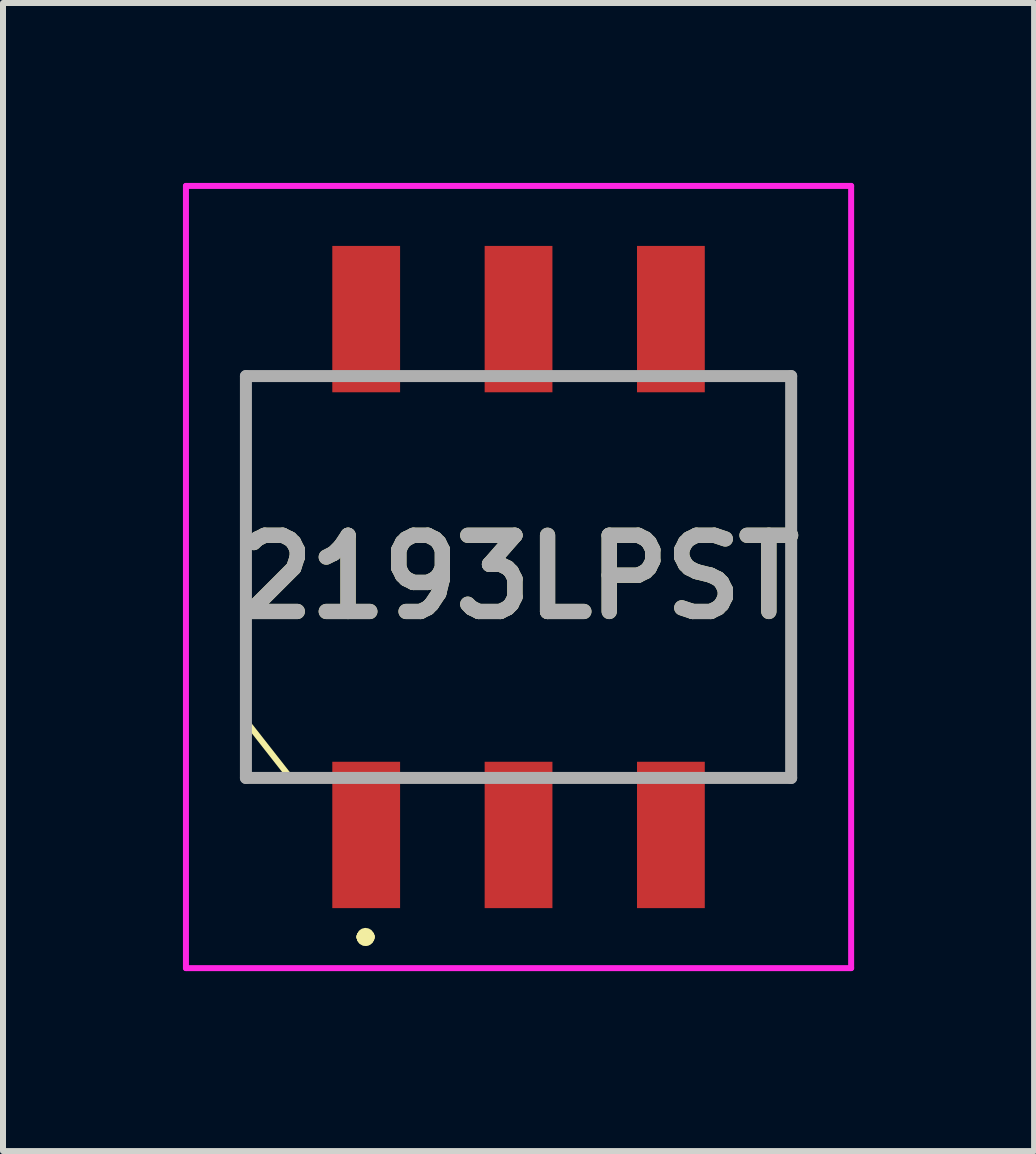
<source format=kicad_pcb>
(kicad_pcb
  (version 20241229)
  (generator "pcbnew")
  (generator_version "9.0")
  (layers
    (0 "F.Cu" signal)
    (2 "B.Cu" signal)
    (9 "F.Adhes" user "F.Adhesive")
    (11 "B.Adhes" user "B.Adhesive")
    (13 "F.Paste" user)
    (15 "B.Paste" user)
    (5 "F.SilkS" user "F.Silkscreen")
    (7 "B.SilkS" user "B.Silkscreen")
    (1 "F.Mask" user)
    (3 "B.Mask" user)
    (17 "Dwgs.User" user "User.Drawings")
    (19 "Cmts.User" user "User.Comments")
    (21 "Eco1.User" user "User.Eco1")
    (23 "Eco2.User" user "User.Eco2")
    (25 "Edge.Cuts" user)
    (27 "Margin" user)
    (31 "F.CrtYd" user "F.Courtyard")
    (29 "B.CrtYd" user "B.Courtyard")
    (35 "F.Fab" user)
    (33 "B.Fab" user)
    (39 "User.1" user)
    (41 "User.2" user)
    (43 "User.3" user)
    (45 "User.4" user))
  (footprint "2193LPST"
    (layer "F.Cu")
    (at 5.595 6.57)
    (property "Reference" "2193LPST" (at 0 0 0) (layer "F.SilkS") (effects (font (size 1.27 1.27) (thickness 0.254))))
    (attr smd)
    (fp_line (start -4.545 -3.35) (end -4.545 -3.35) (stroke (width 0.1) (type solid)) (layer "F.SilkS"))
    (fp_line (start -4.545 -3.35) (end -4.545 -3.35) (stroke (width 0.1) (type solid)) (layer "F.SilkS"))
    (fp_line (start -4.545 -3.35) (end -4.545 3.35) (stroke (width 0.1) (type solid)) (layer "F.SilkS"))
    (fp_line (start -4.545 -3.35) (end -3.4 -3.35) (stroke (width 0.1) (type solid)) (layer "F.SilkS"))
    (fp_line (start -4.545 3.35) (end -4.545 -3.35) (stroke (width 0.1) (type solid)) (layer "F.SilkS"))
    (fp_line (start -4.545 3.35) (end -4.545 3.35) (stroke (width 0.1) (type solid)) (layer "F.SilkS"))
    (fp_line (start -4.545 3.35) (end -4.545 3.35) (stroke (width 0.1) (type solid)) (layer "F.SilkS"))
    (fp_line (start -4.545 3.35) (end -3.4 3.35) (stroke (width 0.1) (type solid)) (layer "F.SilkS"))
    (fp_line (start -3.8 3.35) (end -4.545 2.4) (stroke (width 0.1) (type solid)) (layer "F.SilkS"))
    (fp_line (start -3.4 -3.35) (end -4.545 -3.35) (stroke (width 0.1) (type solid)) (layer "F.SilkS"))
    (fp_line (start -3.4 -3.35) (end -3.4 -3.35) (stroke (width 0.1) (type solid)) (layer "F.SilkS"))
    (fp_line (start -3.4 3.35) (end -4.545 3.35) (stroke (width 0.1) (type solid)) (layer "F.SilkS"))
    (fp_line (start -3.4 3.35) (end -3.4 3.35) (stroke (width 0.1) (type solid)) (layer "F.SilkS"))
    (fp_line (start -2.6 6) (end -2.6 6) (stroke (width 0.2) (type solid)) (layer "F.SilkS"))
    (fp_line (start -2.6 6) (end -2.6 6) (stroke (width 0.2) (type solid)) (layer "F.SilkS"))
    (fp_line (start -2.5 6) (end -2.5 6) (stroke (width 0.2) (type solid)) (layer "F.SilkS"))
    (fp_line (start -1.8 -3.35) (end -1.8 -3.35) (stroke (width 0.1) (type solid)) (layer "F.SilkS"))
    (fp_line (start -1.8 -3.35) (end -0.8 -3.35) (stroke (width 0.1) (type solid)) (layer "F.SilkS"))
    (fp_line (start -1.8 3.35) (end -1.8 3.35) (stroke (width 0.1) (type solid)) (layer "F.SilkS"))
    (fp_line (start -1.8 3.35) (end -0.8 3.35) (stroke (width 0.1) (type solid)) (layer "F.SilkS"))
    (fp_line (start -0.8 -3.35) (end -1.8 -3.35) (stroke (width 0.1) (type solid)) (layer "F.SilkS"))
    (fp_line (start -0.8 -3.35) (end -0.8 -3.35) (stroke (width 0.1) (type solid)) (layer "F.SilkS"))
    (fp_line (start -0.8 3.35) (end -1.8 3.35) (stroke (width 0.1) (type solid)) (layer "F.SilkS"))
    (fp_line (start -0.8 3.35) (end -0.8 3.35) (stroke (width 0.1) (type solid)) (layer "F.SilkS"))
    (fp_line (start 0.8 -3.35) (end 0.8 -3.35) (stroke (width 0.1) (type solid)) (layer "F.SilkS"))
    (fp_line (start 0.8 -3.35) (end 1.8 -3.35) (stroke (width 0.1) (type solid)) (layer "F.SilkS"))
    (fp_line (start 0.8 3.35) (end 0.8 3.35) (stroke (width 0.1) (type solid)) (layer "F.SilkS"))
    (fp_line (start 0.8 3.35) (end 1.8 3.35) (stroke (width 0.1) (type solid)) (layer "F.SilkS"))
    (fp_line (start 1.8 -3.35) (end 0.8 -3.35) (stroke (width 0.1) (type solid)) (layer "F.SilkS"))
    (fp_line (start 1.8 -3.35) (end 1.8 -3.35) (stroke (width 0.1) (type solid)) (layer "F.SilkS"))
    (fp_line (start 1.8 3.35) (end 0.8 3.35) (stroke (width 0.1) (type solid)) (layer "F.SilkS"))
    (fp_line (start 1.8 3.35) (end 1.8 3.35) (stroke (width 0.1) (type solid)) (layer "F.SilkS"))
    (fp_line (start 3.4 -3.35) (end 3.4 -3.35) (stroke (width 0.1) (type solid)) (layer "F.SilkS"))
    (fp_line (start 3.4 -3.35) (end 4.545 -3.35) (stroke (width 0.1) (type solid)) (layer "F.SilkS"))
    (fp_line (start 3.4 3.35) (end 3.4 3.35) (stroke (width 0.1) (type solid)) (layer "F.SilkS"))
    (fp_line (start 3.4 3.35) (end 4.545 3.35) (stroke (width 0.1) (type solid)) (layer "F.SilkS"))
    (fp_line (start 4.545 -3.35) (end 3.4 -3.35) (stroke (width 0.1) (type solid)) (layer "F.SilkS"))
    (fp_line (start 4.545 -3.35) (end 4.545 -3.35) (stroke (width 0.1) (type solid)) (layer "F.SilkS"))
    (fp_line (start 4.545 -3.35) (end 4.545 -3.35) (stroke (width 0.1) (type solid)) (layer "F.SilkS"))
    (fp_line (start 4.545 -3.35) (end 4.545 3.35) (stroke (width 0.1) (type solid)) (layer "F.SilkS"))
    (fp_line (start 4.545 3.35) (end 3.4 3.35) (stroke (width 0.1) (type solid)) (layer "F.SilkS"))
    (fp_line (start 4.545 3.35) (end 4.545 -3.35) (stroke (width 0.1) (type solid)) (layer "F.SilkS"))
    (fp_line (start 4.545 3.35) (end 4.545 3.35) (stroke (width 0.1) (type solid)) (layer "F.SilkS"))
    (fp_line (start 4.545 3.35) (end 4.545 3.35) (stroke (width 0.1) (type solid)) (layer "F.SilkS"))
    (fp_arc (start -2.6 6) (mid -2.55 5.95) (end -2.5 6) (stroke (width 0.2) (type solid)) (layer "F.SilkS"))
    (fp_arc (start -2.5 6) (mid -2.55 6.05) (end -2.6 6) (stroke (width 0.2) (type solid)) (layer "F.SilkS"))
    (fp_arc (start -2.5 6) (mid -2.55 6.05) (end -2.6 6) (stroke (width 0.2) (type solid)) (layer "F.SilkS"))
    (fp_line (start -5.545 -6.52) (end 5.545 -6.52) (stroke (width 0.1) (type solid)) (layer "F.CrtYd"))
    (fp_line (start -5.545 6.52) (end -5.545 -6.52) (stroke (width 0.1) (type solid)) (layer "F.CrtYd"))
    (fp_line (start 5.545 -6.52) (end 5.545 6.52) (stroke (width 0.1) (type solid)) (layer "F.CrtYd"))
    (fp_line (start 5.545 6.52) (end -5.545 6.52) (stroke (width 0.1) (type solid)) (layer "F.CrtYd"))
    (fp_line (start -4.545 -3.35) (end -4.545 3.35) (stroke (width 0.2) (type solid)) (layer "F.Fab"))
    (fp_line (start -4.545 3.35) (end 4.545 3.35) (stroke (width 0.2) (type solid)) (layer "F.Fab"))
    (fp_line (start 4.545 -3.35) (end -4.545 -3.35) (stroke (width 0.2) (type solid)) (layer "F.Fab"))
    (fp_line (start 4.545 3.35) (end 4.545 -3.35) (stroke (width 0.2) (type solid)) (layer "F.Fab"))
    (fp_text user "${REFERENCE}" (at 0 0 0) (layer "F.Fab") (effects (font (size 1.27 1.27) (thickness 0.254))))
    (pad "1" smd rect (at -2.54 4.3) (size 1.13 2.44) (layers "F.Cu" "F.Mask" "F.Paste"))
    (pad "2" smd rect (at 0 4.3) (size 1.13 2.44) (layers "F.Cu" "F.Mask" "F.Paste"))
    (pad "3" smd rect (at 2.54 4.3) (size 1.13 2.44) (layers "F.Cu" "F.Mask" "F.Paste"))
    (pad "4" smd rect (at 2.54 -4.3) (size 1.13 2.44) (layers "F.Cu" "F.Mask" "F.Paste"))
    (pad "5" smd rect (at 0 -4.3) (size 1.13 2.44) (layers "F.Cu" "F.Mask" "F.Paste"))
    (pad "6" smd rect (at -2.54 -4.3) (size 1.13 2.44) (layers "F.Cu" "F.Mask" "F.Paste")))
  (gr_rect
    (start -3 -3)
    (end 14.19 16.14)
    (stroke (width 0.1) (type default))
    (fill no)
    (layer "Edge.Cuts")))
</source>
